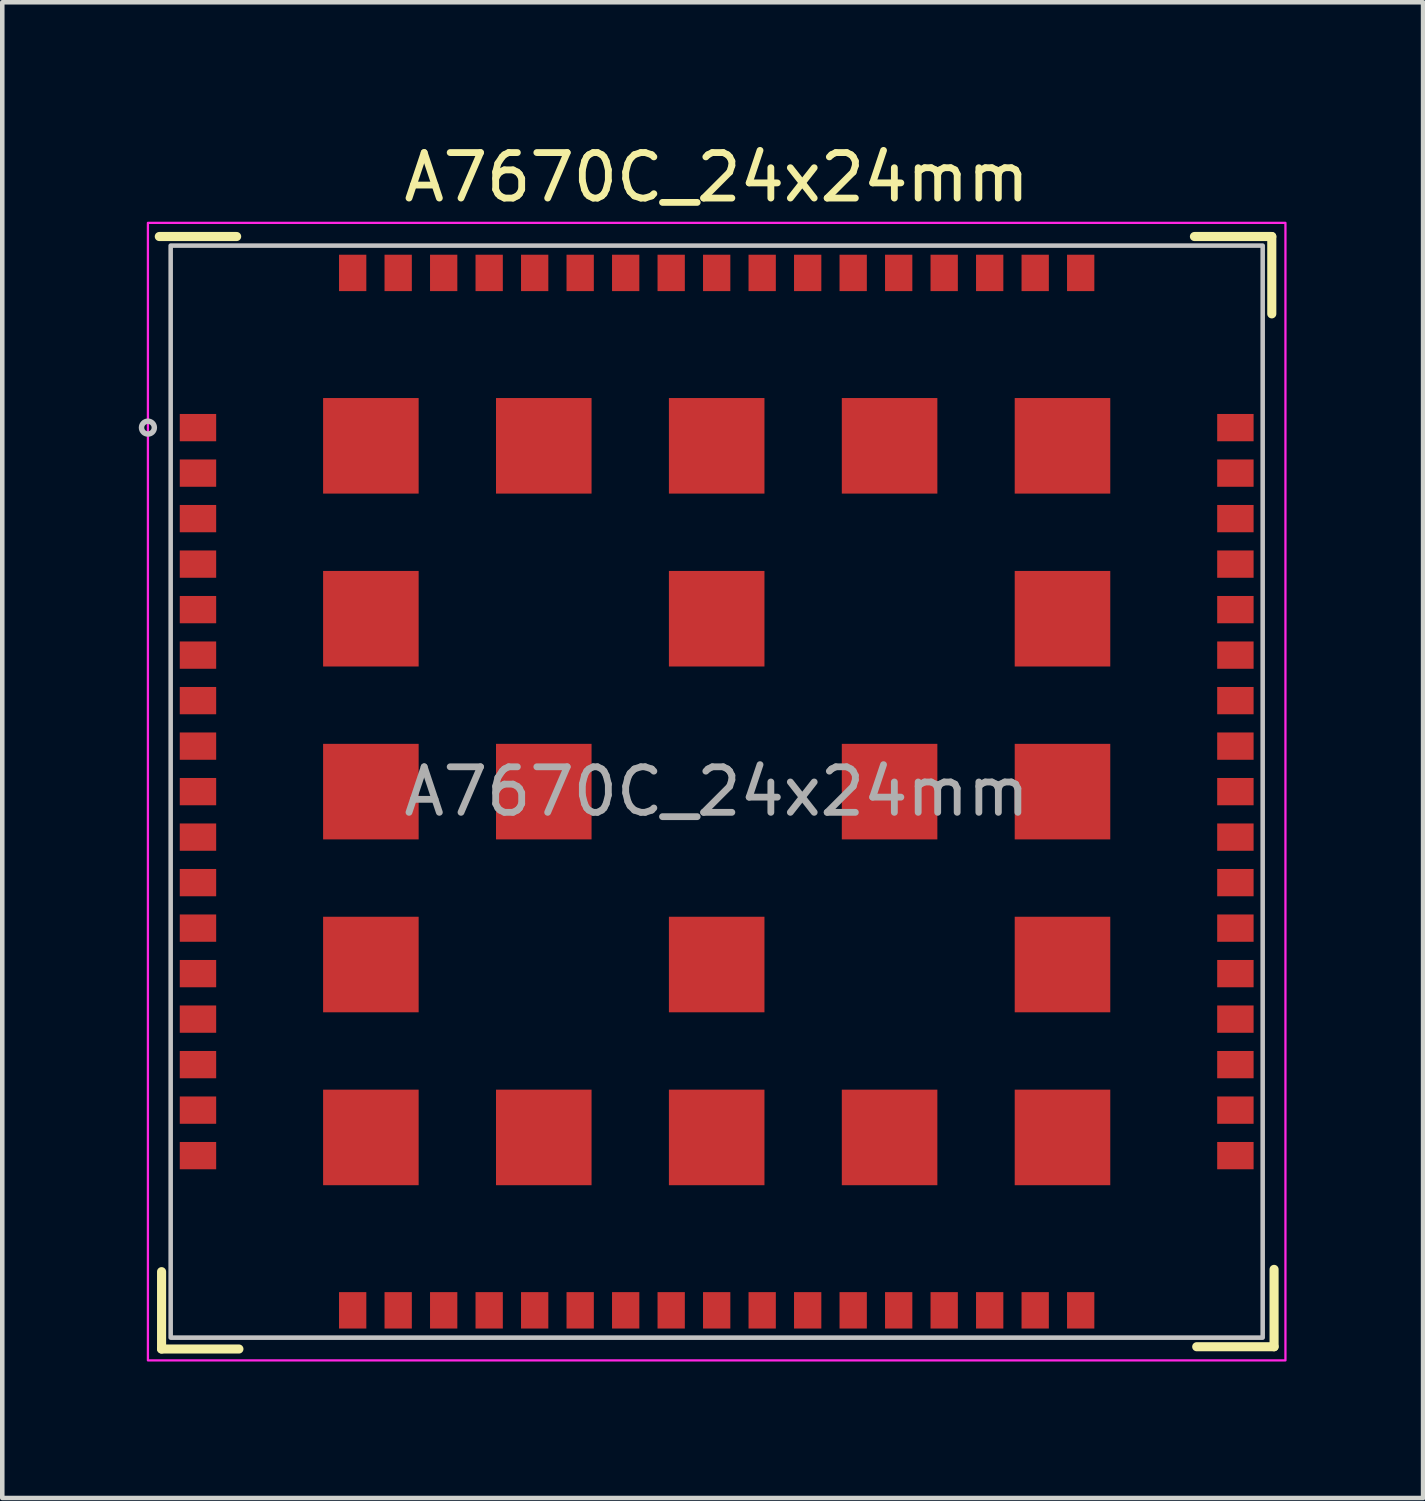
<source format=kicad_pcb>
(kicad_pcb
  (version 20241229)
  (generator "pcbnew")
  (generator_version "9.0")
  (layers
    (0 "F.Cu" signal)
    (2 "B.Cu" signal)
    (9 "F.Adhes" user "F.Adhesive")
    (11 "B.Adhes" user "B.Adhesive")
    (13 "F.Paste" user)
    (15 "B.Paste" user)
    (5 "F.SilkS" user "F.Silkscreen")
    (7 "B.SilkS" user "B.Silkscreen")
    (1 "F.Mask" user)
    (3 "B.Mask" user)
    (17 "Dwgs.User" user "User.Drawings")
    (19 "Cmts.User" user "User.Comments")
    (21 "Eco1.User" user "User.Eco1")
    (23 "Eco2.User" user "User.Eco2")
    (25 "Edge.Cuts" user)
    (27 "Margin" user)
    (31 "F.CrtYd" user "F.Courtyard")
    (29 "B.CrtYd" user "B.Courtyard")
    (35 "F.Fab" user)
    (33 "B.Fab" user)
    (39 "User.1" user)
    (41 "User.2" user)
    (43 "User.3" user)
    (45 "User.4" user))
  (footprint "A7670C_24x24mm"
    (layer "F.Cu")
    (at 12.701 14.348)
    (property "Reference" "A7670C_24x24mm" (at 0 -13.5 0) (layer "F.SilkS") (effects (font (size 1 1) (thickness 0.15))))
    (attr smd)
    (fp_line (start -12.25 -12.2) (end -10.55 -12.2) (stroke (width 0.2) (type default)) (layer "F.SilkS"))
    (fp_line (start -12.2 12.25) (end -12.2 10.55) (stroke (width 0.2) (type default)) (layer "F.SilkS"))
    (fp_line (start -12.2 12.25) (end -10.5 12.25) (stroke (width 0.2) (type default)) (layer "F.SilkS"))
    (fp_line (start 12.2 -12.2) (end 10.5 -12.2) (stroke (width 0.2) (type default)) (layer "F.SilkS"))
    (fp_line (start 12.2 -12.2) (end 12.2 -10.5) (stroke (width 0.2) (type default)) (layer "F.SilkS"))
    (fp_line (start 12.25 12.2) (end 10.55 12.2) (stroke (width 0.2) (type default)) (layer "F.SilkS"))
    (fp_line (start 12.25 12.2) (end 12.25 10.5) (stroke (width 0.2) (type default)) (layer "F.SilkS"))
    (fp_rect (start -12 -12) (end 12 12) (stroke (width 0.1) (type default)) (fill no) (layer "Dwgs.User"))
    (fp_circle (center -12.5 -8) (end -12.359 -8) (stroke (width 0.12) (type solid)) (fill no) (layer "Dwgs.User"))
    (fp_rect (start 12.5 12.5) (end -12.5 -12.5) (stroke (width 0.05) (type default)) (fill no) (layer "F.CrtYd"))
    (fp_text user "${REFERENCE}" (at 0 0 0) (layer "F.Fab") (effects (font (size 1 1) (thickness 0.15))))
    (pad "1" smd rect (at -11.4 -8) (size 0.8 0.6) (layers "F.Cu" "F.Mask" "F.Paste"))
    (pad "2" smd rect (at -11.4 -7) (size 0.8 0.6) (layers "F.Cu" "F.Mask" "F.Paste"))
    (pad "3" smd rect (at -11.4 -6) (size 0.8 0.6) (layers "F.Cu" "F.Mask" "F.Paste"))
    (pad "4" smd rect (at -11.4 -5) (size 0.8 0.6) (layers "F.Cu" "F.Mask" "F.Paste"))
    (pad "5" smd rect (at -11.4 -4) (size 0.8 0.6) (layers "F.Cu" "F.Mask" "F.Paste"))
    (pad "6" smd rect (at -11.4 -3) (size 0.8 0.6) (layers "F.Cu" "F.Mask" "F.Paste"))
    (pad "7" smd rect (at -11.4 -2) (size 0.8 0.6) (layers "F.Cu" "F.Mask" "F.Paste"))
    (pad "8" smd rect (at -11.4 -1) (size 0.8 0.6) (layers "F.Cu" "F.Mask" "F.Paste"))
    (pad "9" smd rect (at -11.4 0) (size 0.8 0.6) (layers "F.Cu" "F.Mask" "F.Paste"))
    (pad "10" smd rect (at -11.4 1) (size 0.8 0.6) (layers "F.Cu" "F.Mask" "F.Paste"))
    (pad "11" smd rect (at -11.4 2) (size 0.8 0.6) (layers "F.Cu" "F.Mask" "F.Paste"))
    (pad "12" smd rect (at -11.4 3) (size 0.8 0.6) (layers "F.Cu" "F.Mask" "F.Paste"))
    (pad "13" smd rect (at -11.4 4) (size 0.8 0.6) (layers "F.Cu" "F.Mask" "F.Paste"))
    (pad "14" smd rect (at -11.4 5) (size 0.8 0.6) (layers "F.Cu" "F.Mask" "F.Paste"))
    (pad "15" smd rect (at -11.4 6) (size 0.8 0.6) (layers "F.Cu" "F.Mask" "F.Paste"))
    (pad "16" smd rect (at -11.4 7) (size 0.8 0.6) (layers "F.Cu" "F.Mask" "F.Paste"))
    (pad "17" smd rect (at -11.4 8) (size 0.8 0.6) (layers "F.Cu" "F.Mask" "F.Paste"))
    (pad "18" smd rect (at -8 11.4 90) (size 0.8 0.6) (layers "F.Cu" "F.Mask" "F.Paste"))
    (pad "19" smd rect (at -7 11.4 90) (size 0.8 0.6) (layers "F.Cu" "F.Mask" "F.Paste"))
    (pad "20" smd rect (at -6 11.4 90) (size 0.8 0.6) (layers "F.Cu" "F.Mask" "F.Paste"))
    (pad "21" smd rect (at -5 11.4 90) (size 0.8 0.6) (layers "F.Cu" "F.Mask" "F.Paste"))
    (pad "22" smd rect (at -4 11.4 90) (size 0.8 0.6) (layers "F.Cu" "F.Mask" "F.Paste"))
    (pad "23" smd rect (at -3 11.4 90) (size 0.8 0.6) (layers "F.Cu" "F.Mask" "F.Paste"))
    (pad "24" smd rect (at -2 11.4 90) (size 0.8 0.6) (layers "F.Cu" "F.Mask" "F.Paste"))
    (pad "25" smd rect (at -1 11.4 90) (size 0.8 0.6) (layers "F.Cu" "F.Mask" "F.Paste"))
    (pad "26" smd rect (at 0 11.4 90) (size 0.8 0.6) (layers "F.Cu" "F.Mask" "F.Paste"))
    (pad "27" smd rect (at 1 11.4 90) (size 0.8 0.6) (layers "F.Cu" "F.Mask" "F.Paste"))
    (pad "28" smd rect (at 2 11.4 90) (size 0.8 0.6) (layers "F.Cu" "F.Mask" "F.Paste"))
    (pad "29" smd rect (at 3 11.4 90) (size 0.8 0.6) (layers "F.Cu" "F.Mask" "F.Paste"))
    (pad "30" smd rect (at 4 11.4 90) (size 0.8 0.6) (layers "F.Cu" "F.Mask" "F.Paste"))
    (pad "31" smd rect (at 5 11.4 90) (size 0.8 0.6) (layers "F.Cu" "F.Mask" "F.Paste"))
    (pad "32" smd rect (at 6 11.4 90) (size 0.8 0.6) (layers "F.Cu" "F.Mask" "F.Paste"))
    (pad "33" smd rect (at 7 11.4 90) (size 0.8 0.6) (layers "F.Cu" "F.Mask" "F.Paste"))
    (pad "34" smd rect (at 8 11.4 90) (size 0.8 0.6) (layers "F.Cu" "F.Mask" "F.Paste"))
    (pad "35" smd rect (at 11.4 8) (size 0.8 0.6) (layers "F.Cu" "F.Mask" "F.Paste"))
    (pad "36" smd rect (at 11.4 7) (size 0.8 0.6) (layers "F.Cu" "F.Mask" "F.Paste"))
    (pad "37" smd rect (at 11.4 6) (size 0.8 0.6) (layers "F.Cu" "F.Mask" "F.Paste"))
    (pad "38" smd rect (at 11.4 5) (size 0.8 0.6) (layers "F.Cu" "F.Mask" "F.Paste"))
    (pad "39" smd rect (at 11.4 4) (size 0.8 0.6) (layers "F.Cu" "F.Mask" "F.Paste"))
    (pad "40" smd rect (at 11.4 3) (size 0.8 0.6) (layers "F.Cu" "F.Mask" "F.Paste"))
    (pad "41" smd rect (at 11.4 2) (size 0.8 0.6) (layers "F.Cu" "F.Mask" "F.Paste"))
    (pad "42" smd rect (at 11.4 1) (size 0.8 0.6) (layers "F.Cu" "F.Mask" "F.Paste"))
    (pad "43" smd rect (at 11.4 0) (size 0.8 0.6) (layers "F.Cu" "F.Mask" "F.Paste"))
    (pad "44" smd rect (at 11.4 -1) (size 0.8 0.6) (layers "F.Cu" "F.Mask" "F.Paste"))
    (pad "45" smd rect (at 11.4 -2) (size 0.8 0.6) (layers "F.Cu" "F.Mask" "F.Paste"))
    (pad "46" smd rect (at 11.4 -3) (size 0.8 0.6) (layers "F.Cu" "F.Mask" "F.Paste"))
    (pad "47" smd rect (at 11.4 -4) (size 0.8 0.6) (layers "F.Cu" "F.Mask" "F.Paste"))
    (pad "48" smd rect (at 11.4 -5) (size 0.8 0.6) (layers "F.Cu" "F.Mask" "F.Paste"))
    (pad "49" smd rect (at 11.4 -6) (size 0.8 0.6) (layers "F.Cu" "F.Mask" "F.Paste"))
    (pad "50" smd rect (at 11.4 -7) (size 0.8 0.6) (layers "F.Cu" "F.Mask" "F.Paste"))
    (pad "51" smd rect (at 11.4 -8) (size 0.8 0.6) (layers "F.Cu" "F.Mask" "F.Paste"))
    (pad "52" smd rect (at 8 -11.4 90) (size 0.8 0.6) (layers "F.Cu" "F.Mask" "F.Paste"))
    (pad "53" smd rect (at 7 -11.4 90) (size 0.8 0.6) (layers "F.Cu" "F.Mask" "F.Paste"))
    (pad "54" smd rect (at 6 -11.4 90) (size 0.8 0.6) (layers "F.Cu" "F.Mask" "F.Paste"))
    (pad "55" smd rect (at 5 -11.4 90) (size 0.8 0.6) (layers "F.Cu" "F.Mask" "F.Paste"))
    (pad "56" smd rect (at 4 -11.4 90) (size 0.8 0.6) (layers "F.Cu" "F.Mask" "F.Paste"))
    (pad "57" smd rect (at 3 -11.4 90) (size 0.8 0.6) (layers "F.Cu" "F.Mask" "F.Paste"))
    (pad "58" smd rect (at 2 -11.4 90) (size 0.8 0.6) (layers "F.Cu" "F.Mask" "F.Paste"))
    (pad "59" smd rect (at 1 -11.4 90) (size 0.8 0.6) (layers "F.Cu" "F.Mask" "F.Paste"))
    (pad "60" smd rect (at 0 -11.4 90) (size 0.8 0.6) (layers "F.Cu" "F.Mask" "F.Paste"))
    (pad "61" smd rect (at -1 -11.4 90) (size 0.8 0.6) (layers "F.Cu" "F.Mask" "F.Paste"))
    (pad "62" smd rect (at -2 -11.4 90) (size 0.8 0.6) (layers "F.Cu" "F.Mask" "F.Paste"))
    (pad "63" smd rect (at -3 -11.4 90) (size 0.8 0.6) (layers "F.Cu" "F.Mask" "F.Paste"))
    (pad "64" smd rect (at -4 -11.4 90) (size 0.8 0.6) (layers "F.Cu" "F.Mask" "F.Paste"))
    (pad "65" smd rect (at -5 -11.4 90) (size 0.8 0.6) (layers "F.Cu" "F.Mask" "F.Paste"))
    (pad "66" smd rect (at -6 -11.4 90) (size 0.8 0.6) (layers "F.Cu" "F.Mask" "F.Paste"))
    (pad "67" smd rect (at -7 -11.4 90) (size 0.8 0.6) (layers "F.Cu" "F.Mask" "F.Paste"))
    (pad "68" smd rect (at -8 -11.4 90) (size 0.8 0.6) (layers "F.Cu" "F.Mask" "F.Paste"))
    (pad "69" smd rect (at -7.6 -7.6) (size 2.1 2.1) (layers "F.Cu" "F.Mask" "F.Paste"))
    (pad "70" smd rect (at -7.6 -3.8) (size 2.1 2.1) (layers "F.Cu" "F.Mask" "F.Paste"))
    (pad "71" smd rect (at -7.6 0) (size 2.1 2.1) (layers "F.Cu" "F.Mask" "F.Paste"))
    (pad "72" smd rect (at -7.6 3.8) (size 2.1 2.1) (layers "F.Cu" "F.Mask" "F.Paste"))
    (pad "73" smd rect (at -7.6 7.6) (size 2.1 2.1) (layers "F.Cu" "F.Mask" "F.Paste"))
    (pad "74" smd rect (at -3.8 7.6 90) (size 2.1 2.1) (layers "F.Cu" "F.Mask" "F.Paste"))
    (pad "75" smd rect (at 0 7.6 90) (size 2.1 2.1) (layers "F.Cu" "F.Mask" "F.Paste"))
    (pad "76" smd rect (at 3.8 7.6 90) (size 2.1 2.1) (layers "F.Cu" "F.Mask" "F.Paste"))
    (pad "77" smd rect (at 7.6 7.6 90) (size 2.1 2.1) (layers "F.Cu" "F.Mask" "F.Paste"))
    (pad "78" smd rect (at 7.6 3.8) (size 2.1 2.1) (layers "F.Cu" "F.Mask" "F.Paste"))
    (pad "79" smd rect (at 7.6 0) (size 2.1 2.1) (layers "F.Cu" "F.Mask" "B.Paste"))
    (pad "80" smd rect (at 7.6 -3.8) (size 2.1 2.1) (layers "F.Cu" "F.Mask" "F.Paste"))
    (pad "81" smd rect (at 7.6 -7.6 90) (size 2.1 2.1) (layers "F.Cu" "F.Mask" "F.Paste"))
    (pad "82" smd rect (at 3.8 -7.6 90) (size 2.1 2.1) (layers "F.Cu" "F.Mask" "F.Paste"))
    (pad "83" smd rect (at 0 -7.6 90) (size 2.1 2.1) (layers "F.Cu" "F.Mask" "B.Paste"))
    (pad "84" smd rect (at -3.8 -7.6 90) (size 2.1 2.1) (layers "F.Cu" "F.Mask" "F.Paste"))
    (pad "85" smd rect (at -3.8 0) (size 2.1 2.1) (layers "F.Cu" "F.Mask" "F.Paste"))
    (pad "86" smd rect (at 0 3.8 90) (size 2.1 2.1) (layers "F.Cu" "F.Mask" "F.Paste"))
    (pad "87" smd rect (at 3.8 0) (size 2.1 2.1) (layers "F.Cu" "F.Mask" "F.Paste"))
    (pad "88" smd rect (at 0 -3.8 90) (size 2.1 2.1) (layers "F.Cu" "F.Mask" "F.Paste"))
    (zone (net_name "") (layers "F.Cu" "B.Cu" "F.CrtYd") (name "Forbidden Area") (hatch edge 0.5) (connect_pads) (min_thickness 0.25) (filled_areas_thickness no) (keepout (tracks not_allowed) (vias not_allowed) (pads not_allowed) (copperpour not_allowed) (footprints allowed)) (placement (enabled no)) (fill) (polygon (pts (xy 3.301 5.598) (xy 1.801 5.598) (xy 1.801 7.098) (xy 3.301 7.098))))
    (zone (net_name "") (layers "F.Cu" "B.Cu" "F.CrtYd") (name "Forbidden Area") (hatch edge 0.5) (connect_pads) (min_thickness 0.25) (filled_areas_thickness no) (keepout (tracks not_allowed) (vias not_allowed) (pads not_allowed) (copperpour not_allowed) (footprints allowed)) (placement (enabled no)) (fill) (polygon (pts (xy 16.401 16.248) (xy 14.001 16.248) (xy 14.001 18.648) (xy 16.401 18.648)))))
  (gr_rect
    (start -3 -3)
    (end 28.226 29.873)
    (stroke (width 0.1) (type default))
    (fill no)
    (layer "Edge.Cuts")))
</source>
